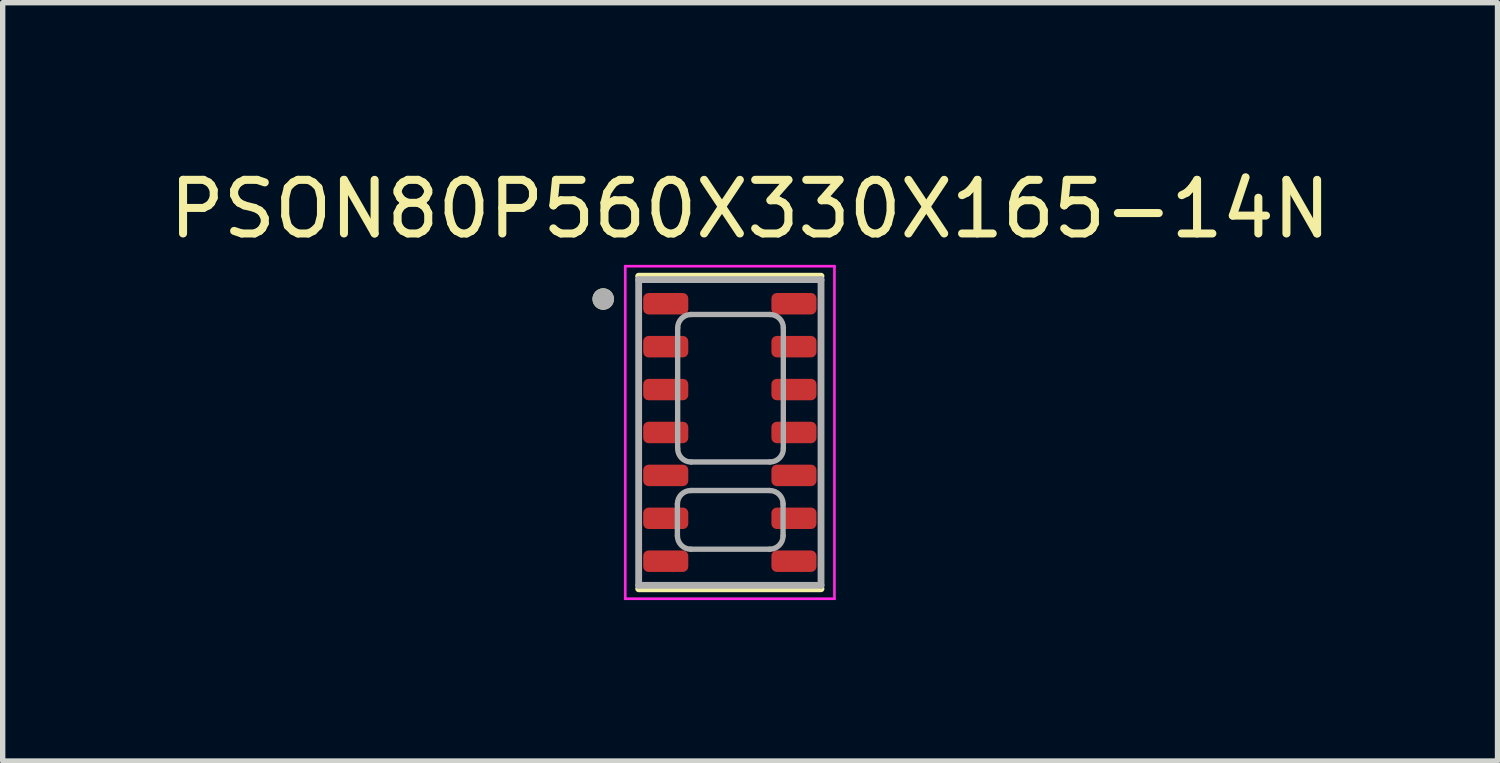
<source format=kicad_pcb>
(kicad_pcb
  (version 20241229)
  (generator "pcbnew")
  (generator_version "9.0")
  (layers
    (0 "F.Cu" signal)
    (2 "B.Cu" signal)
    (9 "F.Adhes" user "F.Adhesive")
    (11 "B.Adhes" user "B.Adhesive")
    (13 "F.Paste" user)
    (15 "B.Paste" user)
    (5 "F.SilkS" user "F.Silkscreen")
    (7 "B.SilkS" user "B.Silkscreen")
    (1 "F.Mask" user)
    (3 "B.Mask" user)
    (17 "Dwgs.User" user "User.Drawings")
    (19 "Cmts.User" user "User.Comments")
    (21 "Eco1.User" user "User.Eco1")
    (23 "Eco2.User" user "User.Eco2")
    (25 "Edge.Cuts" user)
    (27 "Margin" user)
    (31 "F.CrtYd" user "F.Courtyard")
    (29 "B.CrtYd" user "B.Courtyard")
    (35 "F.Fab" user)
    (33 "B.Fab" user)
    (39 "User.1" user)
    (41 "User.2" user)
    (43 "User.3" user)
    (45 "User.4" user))
  (footprint "PSON80P560X330X165-14N"
    (layer "F.Cu")
    (at 10.557 5.013)
    (property "Reference" "PSON80P560X330X165-14N" (at 0.377 -4.165 0) (layer "F.SilkS") (effects (font (size 1 1) (thickness 0.15))))
    (attr smd)
    (fp_line (start -1.7 2.914) (end 1.7 2.914) (stroke (width 0.127) (type solid)) (layer "F.SilkS"))
    (fp_line (start 1.7 -2.914) (end -1.7 -2.914) (stroke (width 0.127) (type solid)) (layer "F.SilkS"))
    (fp_circle (center -2.361 -2.488) (end -2.261 -2.488) (stroke (width 0.2) (type solid)) (fill no) (layer "F.SilkS"))
    (fp_line (start -1.95 -3.1) (end -1.95 3.1) (stroke (width 0.05) (type solid)) (layer "F.CrtYd"))
    (fp_line (start -1.95 3.1) (end 1.95 3.1) (stroke (width 0.05) (type solid)) (layer "F.CrtYd"))
    (fp_line (start 1.95 -3.1) (end -1.95 -3.1) (stroke (width 0.05) (type solid)) (layer "F.CrtYd"))
    (fp_line (start 1.95 3.1) (end 1.95 -3.1) (stroke (width 0.05) (type solid)) (layer "F.CrtYd"))
    (fp_line (start -1.7 -2.85) (end -1.7 2.85) (stroke (width 0.127) (type solid)) (layer "F.Fab"))
    (fp_line (start -1.7 2.85) (end 1.7 2.85) (stroke (width 0.127) (type solid)) (layer "F.Fab"))
    (fp_line (start -0.978 1.926) (end -0.978 1.332) (stroke (width 0.1) (type solid)) (layer "F.Fab"))
    (fp_line (start -0.973 0.3) (end -0.973 -1.95) (stroke (width 0.1) (type solid)) (layer "F.Fab"))
    (fp_line (start -0.723 -2.2) (end 0.747 -2.2) (stroke (width 0.1) (type solid)) (layer "F.Fab"))
    (fp_line (start 0.742 1.082) (end -0.728 1.082) (stroke (width 0.1) (type solid)) (layer "F.Fab"))
    (fp_line (start 0.742 2.176) (end -0.728 2.176) (stroke (width 0.1) (type solid)) (layer "F.Fab"))
    (fp_line (start 0.747 0.55) (end -0.723 0.55) (stroke (width 0.1) (type solid)) (layer "F.Fab"))
    (fp_line (start 0.992 1.926) (end 0.992 1.332) (stroke (width 0.1) (type solid)) (layer "F.Fab"))
    (fp_line (start 0.997 -1.95) (end 0.997 0.3) (stroke (width 0.1) (type solid)) (layer "F.Fab"))
    (fp_line (start 1.7 -2.85) (end -1.7 -2.85) (stroke (width 0.127) (type solid)) (layer "F.Fab"))
    (fp_line (start 1.7 2.85) (end 1.7 -2.85) (stroke (width 0.127) (type solid)) (layer "F.Fab"))
    (fp_arc (start -0.977541 1.33219) (mid -0.904318 1.155413) (end -0.727541 1.08219) (stroke (width 0.1) (type solid)) (layer "F.Fab"))
    (fp_arc (start -0.972541 -1.94981) (mid -0.899318 -2.126587) (end -0.722541 -2.19981) (stroke (width 0.1) (type solid)) (layer "F.Fab"))
    (fp_arc (start -0.727541 2.17619) (mid -0.904318 2.102967) (end -0.977541 1.92619) (stroke (width 0.1) (type solid)) (layer "F.Fab"))
    (fp_arc (start -0.722541 0.550191) (mid -0.899318 0.476968) (end -0.972541 0.300191) (stroke (width 0.1) (type solid)) (layer "F.Fab"))
    (fp_arc (start 0.742459 1.08219) (mid 0.919236 1.155413) (end 0.992459 1.33219) (stroke (width 0.1) (type solid)) (layer "F.Fab"))
    (fp_arc (start 0.747459 -2.19981) (mid 0.924236 -2.126587) (end 0.997459 -1.94981) (stroke (width 0.1) (type solid)) (layer "F.Fab"))
    (fp_arc (start 0.992459 1.92619) (mid 0.919236 2.102967) (end 0.742459 2.17619) (stroke (width 0.1) (type solid)) (layer "F.Fab"))
    (fp_arc (start 0.997459 0.300191) (mid 0.924236 0.476968) (end 0.747459 0.550191) (stroke (width 0.1) (type solid)) (layer "F.Fab"))
    (fp_circle (center -2.361 -2.488) (end -2.261 -2.488) (stroke (width 0.2) (type solid)) (fill no) (layer "F.Fab"))
    (pad "1" smd roundrect (at -1.195 -2.4) (size 0.84 0.4) (layers "F.Cu" "F.Mask" "F.Paste") (roundrect_rratio 0.25))
    (pad "2" smd roundrect (at -1.195 -1.6) (size 0.84 0.4) (layers "F.Cu" "F.Mask" "F.Paste") (roundrect_rratio 0.25))
    (pad "3" smd roundrect (at -1.195 -0.8) (size 0.84 0.4) (layers "F.Cu" "F.Mask" "F.Paste") (roundrect_rratio 0.25))
    (pad "4" smd roundrect (at -1.195 0) (size 0.84 0.4) (layers "F.Cu" "F.Mask" "F.Paste") (roundrect_rratio 0.25))
    (pad "5" smd roundrect (at -1.195 0.8) (size 0.84 0.4) (layers "F.Cu" "F.Mask" "F.Paste") (roundrect_rratio 0.25))
    (pad "6" smd roundrect (at -1.195 1.6) (size 0.84 0.4) (layers "F.Cu" "F.Mask" "F.Paste") (roundrect_rratio 0.25))
    (pad "7" smd roundrect (at -1.195 2.4) (size 0.84 0.4) (layers "F.Cu" "F.Mask" "F.Paste") (roundrect_rratio 0.25))
    (pad "8" smd roundrect (at 1.195 2.4) (size 0.84 0.4) (layers "F.Cu" "F.Mask" "F.Paste") (roundrect_rratio 0.25))
    (pad "9" smd roundrect (at 1.195 1.6) (size 0.84 0.4) (layers "F.Cu" "F.Mask" "F.Paste") (roundrect_rratio 0.25))
    (pad "10" smd roundrect (at 1.195 0.8) (size 0.84 0.4) (layers "F.Cu" "F.Mask" "F.Paste") (roundrect_rratio 0.25))
    (pad "11" smd roundrect (at 1.195 0) (size 0.84 0.4) (layers "F.Cu" "F.Mask" "F.Paste") (roundrect_rratio 0.25))
    (pad "12" smd roundrect (at 1.195 -0.8) (size 0.84 0.4) (layers "F.Cu" "F.Mask" "F.Paste") (roundrect_rratio 0.25))
    (pad "13" smd roundrect (at 1.195 -1.6) (size 0.84 0.4) (layers "F.Cu" "F.Mask" "F.Paste") (roundrect_rratio 0.25))
    (pad "14" smd roundrect (at 1.195 -2.4) (size 0.84 0.4) (layers "F.Cu" "F.Mask" "F.Paste") (roundrect_rratio 0.25)))
  (gr_rect
    (start -3 -3)
    (end 24.869 11.138)
    (stroke (width 0.1) (type default))
    (fill no)
    (layer "Edge.Cuts")))
</source>
